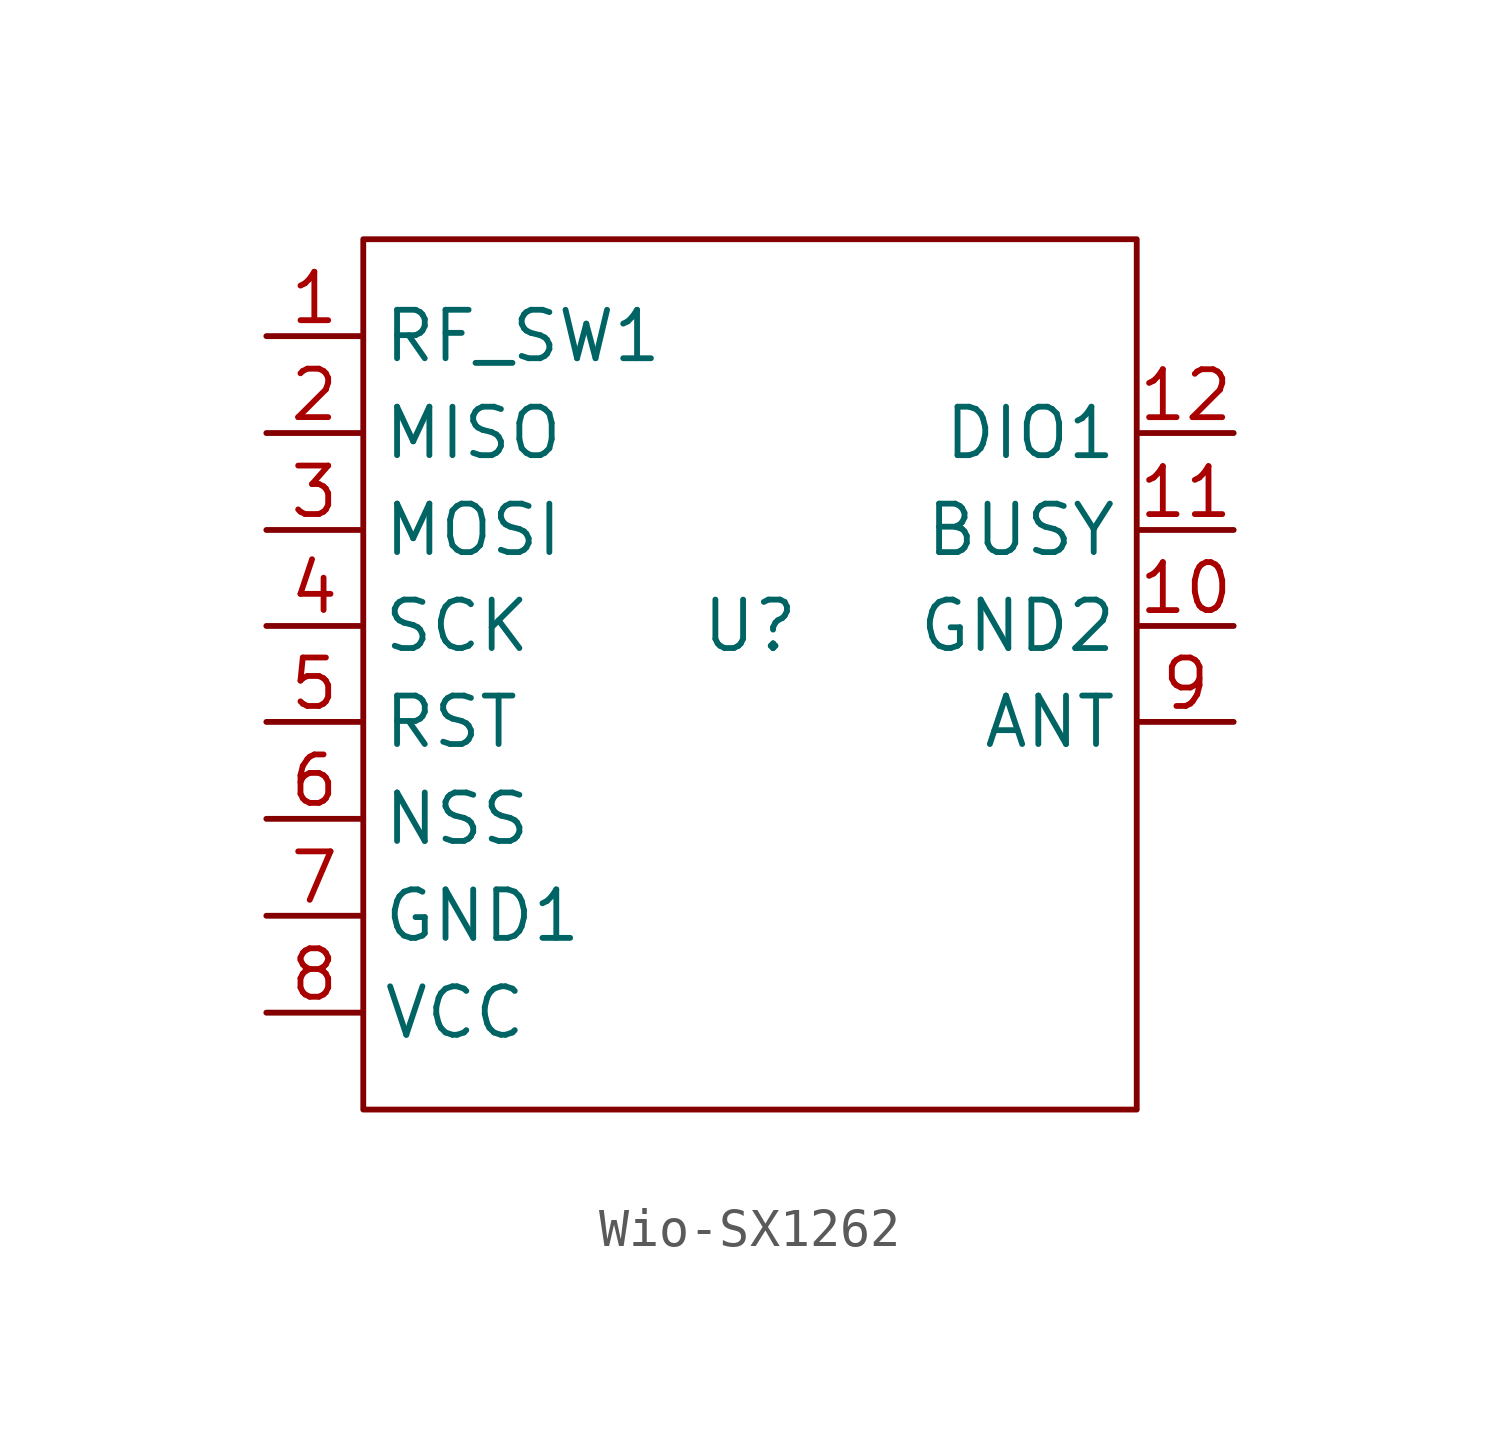
<source format=kicad_sym>
(kicad_symbol_lib
  (version 20241209)
  (generator "kicad_symbol_editor")
  (generator_version "9.0")
  (symbol "Wio-SX1262"
    (property "Reference" "U"
      (at 0 0 0)
      (effects (font (size 1.27 1.27))))
    (symbol "Wio-SX1262_1_0"
      (rectangle (start -10.135 -12.675) (end 10.135 10.135) (stroke (width 0) (type default)) (fill (type none)))
      (pin unspecified line (at -12.675 7.595 0) (length 2.515) (name "RF_SW1" (effects (font (size 1.27 1.27)))) (number "1" (effects (font (size 1.27 1.27)))))
      (pin unspecified line (at -12.675 5.055 0) (length 2.515) (name "MISO" (effects (font (size 1.27 1.27)))) (number "2" (effects (font (size 1.27 1.27)))))
      (pin unspecified line (at -12.675 2.515 0) (length 2.515) (name "MOSI" (effects (font (size 1.27 1.27)))) (number "3" (effects (font (size 1.27 1.27)))))
      (pin unspecified line (at -12.675 0 0) (length 2.515) (name "SCK" (effects (font (size 1.27 1.27)))) (number "4" (effects (font (size 1.27 1.27)))))
      (pin unspecified line (at -12.675 -2.515 0) (length 2.515) (name "RST" (effects (font (size 1.27 1.27)))) (number "5" (effects (font (size 1.27 1.27)))))
      (pin unspecified line (at -12.675 -5.055 0) (length 2.515) (name "NSS" (effects (font (size 1.27 1.27)))) (number "6" (effects (font (size 1.27 1.27)))))
      (pin unspecified line (at -12.675 -7.595 0) (length 2.515) (name "GND1" (effects (font (size 1.27 1.27)))) (number "7" (effects (font (size 1.27 1.27)))))
      (pin unspecified line (at -12.675 -10.135 0) (length 2.515) (name "VCC" (effects (font (size 1.27 1.27)))) (number "8" (effects (font (size 1.27 1.27)))))
      (pin unspecified line (at 12.675 5.055 180) (length 2.515) (name "DIO1" (effects (font (size 1.27 1.27)))) (number "12" (effects (font (size 1.257 1.257)))))
      (pin unspecified line (at 12.675 2.515 180) (length 2.515) (name "BUSY" (effects (font (size 1.27 1.27)))) (number "11" (effects (font (size 1.257 1.257)))))
      (pin unspecified line (at 12.675 0 180) (length 2.515) (name "GND2" (effects (font (size 1.27 1.27)))) (number "10" (effects (font (size 1.257 1.257)))))
      (pin unspecified line (at 12.675 -2.515 180) (length 2.515) (name "ANT" (effects (font (size 1.27 1.27)))) (number "9" (effects (font (size 1.27 1.27))))))))
</source>
